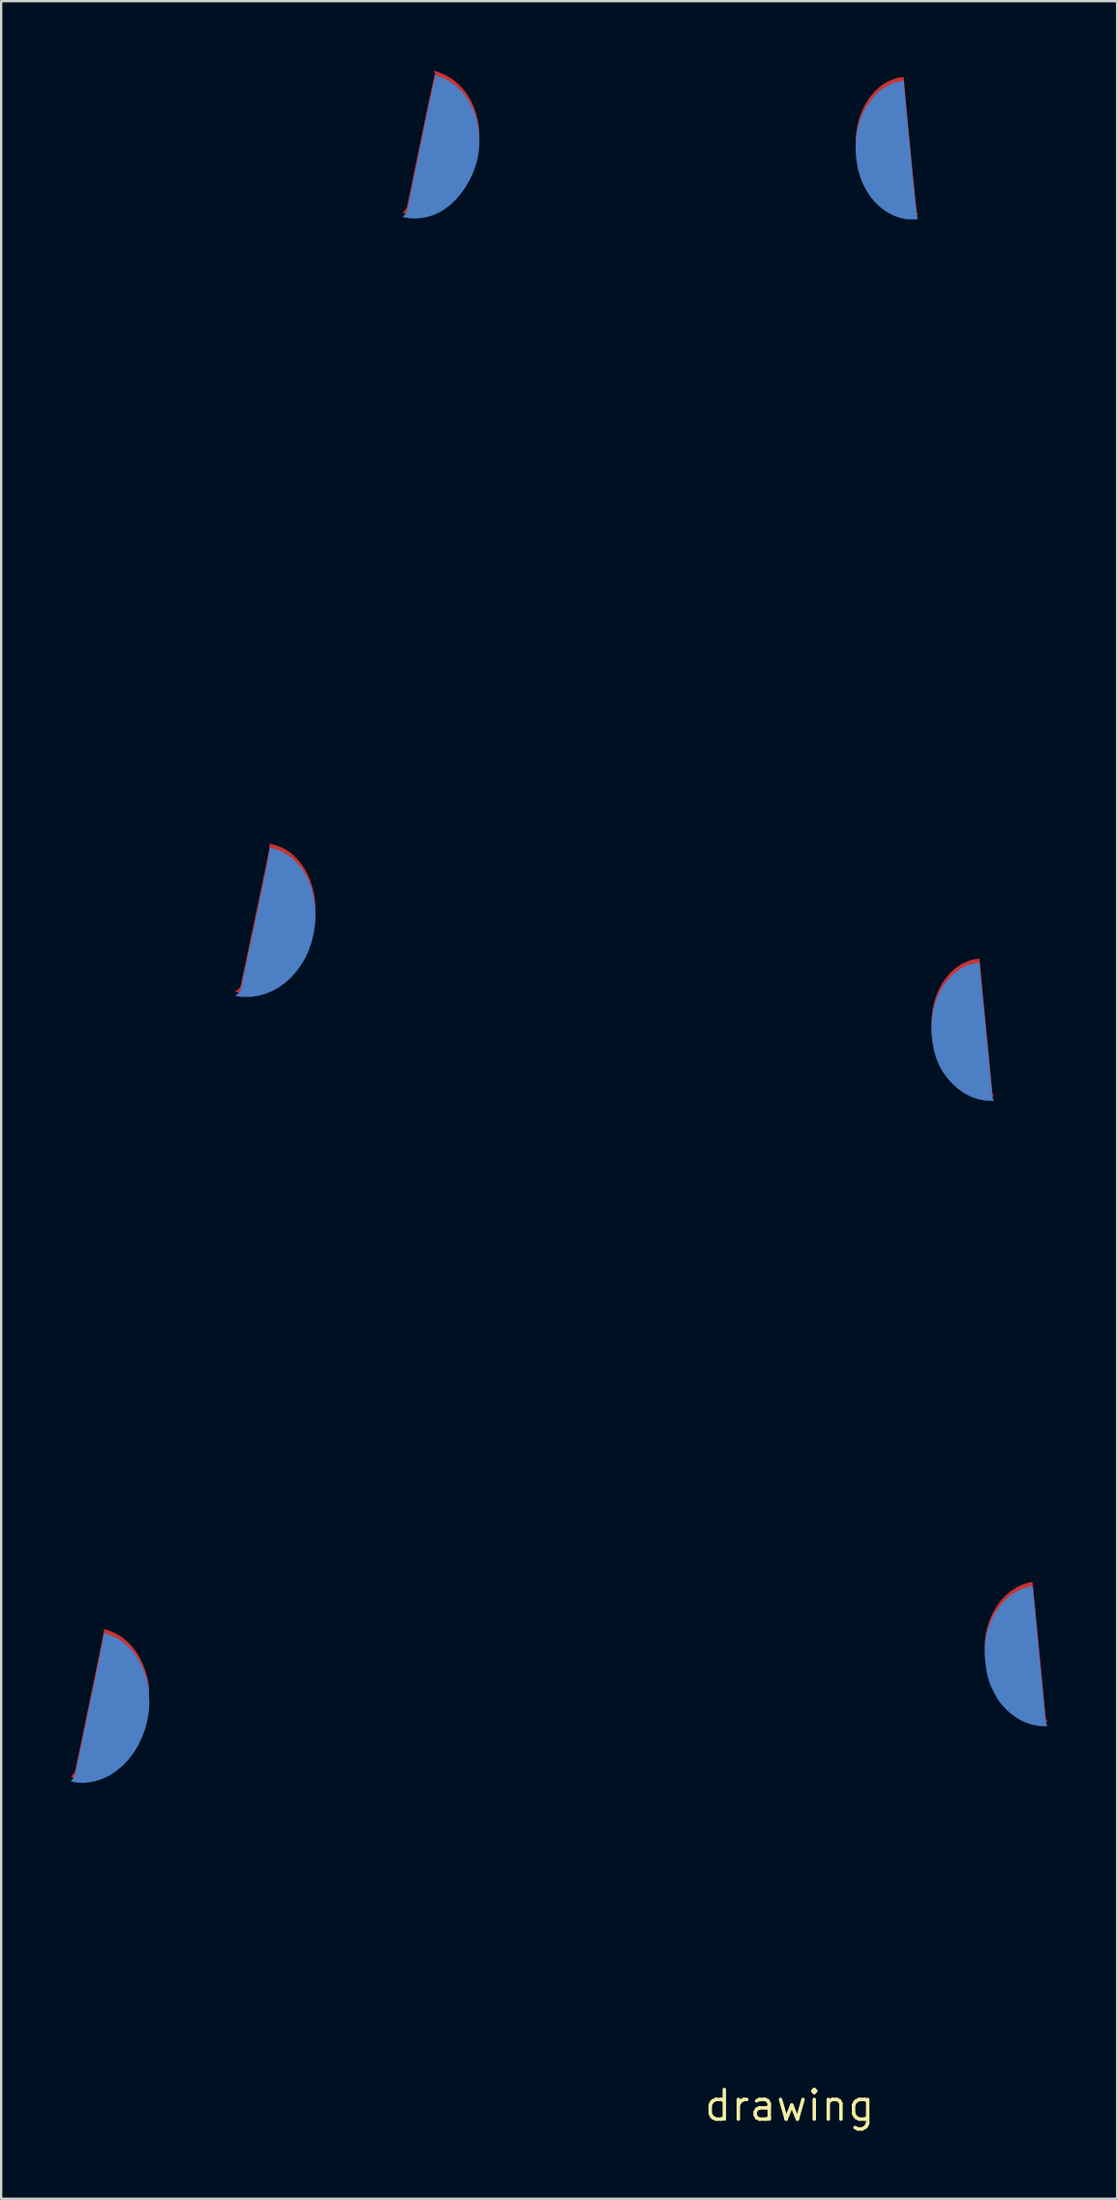
<source format=kicad_pcb>
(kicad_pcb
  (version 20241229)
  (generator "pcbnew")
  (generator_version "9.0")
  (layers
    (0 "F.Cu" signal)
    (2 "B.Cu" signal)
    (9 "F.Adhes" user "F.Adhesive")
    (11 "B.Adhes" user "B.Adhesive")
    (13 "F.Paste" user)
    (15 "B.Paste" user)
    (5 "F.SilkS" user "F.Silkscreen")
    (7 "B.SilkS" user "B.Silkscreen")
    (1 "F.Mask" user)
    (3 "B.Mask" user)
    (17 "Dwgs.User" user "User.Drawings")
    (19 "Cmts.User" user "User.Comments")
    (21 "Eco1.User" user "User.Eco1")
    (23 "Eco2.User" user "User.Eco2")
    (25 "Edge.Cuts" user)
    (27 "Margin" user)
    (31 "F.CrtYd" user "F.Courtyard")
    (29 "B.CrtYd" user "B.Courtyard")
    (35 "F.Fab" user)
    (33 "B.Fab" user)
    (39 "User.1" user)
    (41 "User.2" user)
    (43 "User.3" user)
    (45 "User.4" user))
  (footprint "drawing"
    (layer "F.Cu")
    (at 30.929 87.523)
    (property "Reference" "drawing" (at 0 0 0) (layer "F.SilkS") (effects (font (size 1.27 1.27) (thickness 0.15))))
    (attr through_hole)
    (fp_poly (pts (xy 10.443 -22.52) (xy 10.446 -22.498) (xy 10.452 -22.437) (xy 10.462 -22.34) (xy 10.475 -22.209) (xy 10.491 -22.047) (xy 10.51 -21.858) (xy 10.531 -21.642) (xy 10.555 -21.405) (xy 10.58 -21.148) (xy 10.606 -20.874) (xy 10.634 -20.586) (xy 10.664 -20.286) (xy 10.693 -19.979) (xy 10.724 -19.666) (xy 10.754 -19.35) (xy 10.785 -19.034) (xy 10.815 -18.721) (xy 10.844 -18.414) (xy 10.873 -18.115) (xy 10.901 -17.828) (xy 10.927 -17.555) (xy 10.951 -17.298) (xy 10.974 -17.062) (xy 10.994 -16.848) (xy 10.999 -16.79) (xy 11.012 -16.705) (xy 11.033 -16.626) (xy 11.049 -16.584) (xy 11.087 -16.51) (xy 10.883 -16.512) (xy 10.773 -16.516) (xy 10.661 -16.525) (xy 10.565 -16.537) (xy 10.541 -16.542) (xy 10.256 -16.62) (xy 9.981 -16.738) (xy 9.718 -16.892) (xy 9.471 -17.08) (xy 9.243 -17.3) (xy 9.038 -17.548) (xy 8.858 -17.822) (xy 8.753 -18.021) (xy 8.639 -18.281) (xy 8.55 -18.546) (xy 8.485 -18.823) (xy 8.44 -19.122) (xy 8.414 -19.448) (xy 8.41 -19.558) (xy 8.406 -19.768) (xy 8.409 -19.948) (xy 8.42 -20.108) (xy 8.441 -20.262) (xy 8.473 -20.419) (xy 8.509 -20.566) (xy 8.611 -20.884) (xy 8.743 -21.182) (xy 8.901 -21.458) (xy 9.084 -21.709) (xy 9.289 -21.932) (xy 9.514 -22.124) (xy 9.756 -22.283) (xy 10.012 -22.406) (xy 10.259 -22.485) (xy 10.339 -22.503) (xy 10.402 -22.516) (xy 10.438 -22.52) (xy 10.443 -22.52)) (stroke (width 0.01) (type solid)) (fill yes) (layer "F.Cu"))
    (fp_poly (pts (xy 4.886 -87.246) (xy 4.906 -87.228) (xy 4.91 -87.184) (xy 4.91 -87.17) (xy 4.912 -87.139) (xy 4.918 -87.069) (xy 4.927 -86.962) (xy 4.94 -86.82) (xy 4.956 -86.647) (xy 4.974 -86.444) (xy 4.996 -86.214) (xy 5.019 -85.96) (xy 5.045 -85.684) (xy 5.073 -85.388) (xy 5.102 -85.076) (xy 5.133 -84.75) (xy 5.166 -84.412) (xy 5.177 -84.296) (xy 5.218 -83.868) (xy 5.255 -83.481) (xy 5.289 -83.133) (xy 5.319 -82.822) (xy 5.347 -82.547) (xy 5.371 -82.306) (xy 5.393 -82.098) (xy 5.412 -81.922) (xy 5.428 -81.775) (xy 5.442 -81.655) (xy 5.454 -81.563) (xy 5.464 -81.495) (xy 5.472 -81.451) (xy 5.478 -81.428) (xy 5.478 -81.428) (xy 5.503 -81.376) (xy 5.519 -81.342) (xy 5.52 -81.338) (xy 5.505 -81.331) (xy 5.455 -81.326) (xy 5.38 -81.324) (xy 5.288 -81.324) (xy 5.187 -81.327) (xy 5.086 -81.331) (xy 4.992 -81.337) (xy 4.915 -81.345) (xy 4.868 -81.353) (xy 4.583 -81.437) (xy 4.31 -81.561) (xy 4.052 -81.722) (xy 3.813 -81.917) (xy 3.594 -82.144) (xy 3.4 -82.401) (xy 3.276 -82.606) (xy 3.153 -82.85) (xy 3.053 -83.097) (xy 2.974 -83.354) (xy 2.915 -83.631) (xy 2.872 -83.936) (xy 2.856 -84.106) (xy 2.843 -84.465) (xy 2.864 -84.818) (xy 2.919 -85.162) (xy 3.005 -85.492) (xy 3.121 -85.805) (xy 3.265 -86.097) (xy 3.437 -86.366) (xy 3.635 -86.608) (xy 3.858 -86.82) (xy 3.988 -86.92) (xy 4.122 -87.005) (xy 4.273 -87.084) (xy 4.431 -87.151) (xy 4.586 -87.204) (xy 4.727 -87.238) (xy 4.84 -87.249) (xy 4.886 -87.246)) (stroke (width 0.01) (type solid)) (fill yes) (layer "F.Cu"))
    (fp_poly (pts (xy 8.162 -49.325) (xy 8.169 -49.302) (xy 8.17 -49.266) (xy 8.17 -49.258) (xy 8.172 -49.227) (xy 8.178 -49.157) (xy 8.188 -49.05) (xy 8.201 -48.908) (xy 8.217 -48.735) (xy 8.237 -48.532) (xy 8.258 -48.303) (xy 8.283 -48.05) (xy 8.309 -47.776) (xy 8.338 -47.483) (xy 8.368 -47.173) (xy 8.4 -46.851) (xy 8.432 -46.517) (xy 8.435 -46.491) (xy 8.468 -46.156) (xy 8.5 -45.831) (xy 8.53 -45.52) (xy 8.559 -45.224) (xy 8.585 -44.946) (xy 8.61 -44.69) (xy 8.632 -44.456) (xy 8.651 -44.249) (xy 8.668 -44.071) (xy 8.681 -43.925) (xy 8.691 -43.812) (xy 8.698 -43.736) (xy 8.7 -43.7) (xy 8.7 -43.699) (xy 8.709 -43.613) (xy 8.732 -43.526) (xy 8.741 -43.503) (xy 8.765 -43.448) (xy 8.771 -43.422) (xy 8.759 -43.414) (xy 8.743 -43.413) (xy 8.693 -43.409) (xy 8.675 -43.405) (xy 8.642 -43.404) (xy 8.579 -43.406) (xy 8.496 -43.411) (xy 8.456 -43.414) (xy 8.167 -43.46) (xy 7.887 -43.546) (xy 7.617 -43.67) (xy 7.36 -43.829) (xy 7.12 -44.021) (xy 6.898 -44.245) (xy 6.697 -44.497) (xy 6.52 -44.777) (xy 6.37 -45.081) (xy 6.331 -45.175) (xy 6.239 -45.455) (xy 6.17 -45.761) (xy 6.127 -46.085) (xy 6.109 -46.418) (xy 6.116 -46.753) (xy 6.148 -47.079) (xy 6.205 -47.39) (xy 6.275 -47.636) (xy 6.397 -47.948) (xy 6.548 -48.238) (xy 6.725 -48.5) (xy 6.923 -48.73) (xy 6.941 -48.748) (xy 7.159 -48.938) (xy 7.392 -49.094) (xy 7.636 -49.212) (xy 7.888 -49.291) (xy 7.924 -49.299) (xy 8.028 -49.32) (xy 8.098 -49.333) (xy 8.14 -49.334) (xy 8.162 -49.325)) (stroke (width 0.01) (type solid)) (fill yes) (layer "F.Cu"))
    (fp_poly (pts (xy -22.294 -54.262) (xy -22.236 -54.248) (xy -22.154 -54.224) (xy -22.063 -54.196) (xy -22.043 -54.189) (xy -21.783 -54.078) (xy -21.54 -53.93) (xy -21.316 -53.747) (xy -21.112 -53.532) (xy -20.931 -53.285) (xy -20.773 -53.011) (xy -20.64 -52.71) (xy -20.535 -52.385) (xy -20.464 -52.072) (xy -20.44 -51.901) (xy -20.425 -51.701) (xy -20.417 -51.482) (xy -20.417 -51.259) (xy -20.426 -51.042) (xy -20.443 -50.844) (xy -20.464 -50.694) (xy -20.557 -50.289) (xy -20.683 -49.909) (xy -20.842 -49.556) (xy -21.034 -49.229) (xy -21.26 -48.927) (xy -21.442 -48.727) (xy -21.7 -48.491) (xy -21.975 -48.291) (xy -22.263 -48.128) (xy -22.563 -48.004) (xy -22.87 -47.921) (xy -22.871 -47.921) (xy -22.97 -47.904) (xy -23.082 -47.888) (xy -23.195 -47.876) (xy -23.301 -47.868) (xy -23.387 -47.865) (xy -23.445 -47.867) (xy -23.453 -47.869) (xy -23.487 -47.874) (xy -23.552 -47.881) (xy -23.636 -47.888) (xy -23.67 -47.89) (xy -23.752 -47.898) (xy -23.816 -47.907) (xy -23.851 -47.915) (xy -23.855 -47.918) (xy -23.838 -47.937) (xy -23.796 -47.964) (xy -23.779 -47.974) (xy -23.696 -48.034) (xy -23.64 -48.117) (xy -23.603 -48.23) (xy -23.599 -48.253) (xy -23.592 -48.289) (xy -23.576 -48.363) (xy -23.553 -48.473) (xy -23.523 -48.618) (xy -23.486 -48.794) (xy -23.443 -48.998) (xy -23.394 -49.23) (xy -23.34 -49.485) (xy -23.282 -49.761) (xy -23.22 -50.056) (xy -23.154 -50.367) (xy -23.085 -50.693) (xy -23.013 -51.029) (xy -22.975 -51.212) (xy -22.891 -51.607) (xy -22.813 -51.979) (xy -22.739 -52.328) (xy -22.672 -52.653) (xy -22.61 -52.95) (xy -22.555 -53.219) (xy -22.506 -53.458) (xy -22.465 -53.665) (xy -22.43 -53.839) (xy -22.404 -53.978) (xy -22.385 -54.079) (xy -22.375 -54.142) (xy -22.373 -54.162) (xy -22.373 -54.276) (xy -22.294 -54.262)) (stroke (width 0.01) (type solid)) (fill yes) (layer "F.Cu"))
    (fp_poly (pts (xy -15.273 -87.516) (xy -15.22 -87.502) (xy -15.148 -87.48) (xy -15.121 -87.471) (xy -14.833 -87.353) (xy -14.566 -87.199) (xy -14.321 -87.011) (xy -14.1 -86.792) (xy -13.904 -86.543) (xy -13.735 -86.268) (xy -13.594 -85.967) (xy -13.484 -85.644) (xy -13.405 -85.299) (xy -13.376 -85.104) (xy -13.365 -84.97) (xy -13.36 -84.807) (xy -13.361 -84.628) (xy -13.367 -84.445) (xy -13.378 -84.27) (xy -13.394 -84.117) (xy -13.407 -84.032) (xy -13.458 -83.815) (xy -13.533 -83.578) (xy -13.627 -83.333) (xy -13.735 -83.091) (xy -13.852 -82.863) (xy -13.961 -82.683) (xy -14.173 -82.388) (xy -14.404 -82.128) (xy -14.651 -81.902) (xy -14.913 -81.714) (xy -15.187 -81.564) (xy -15.416 -81.472) (xy -15.594 -81.421) (xy -15.787 -81.384) (xy -15.979 -81.361) (xy -16.154 -81.356) (xy -16.203 -81.358) (xy -16.289 -81.365) (xy -16.382 -81.376) (xy -16.472 -81.389) (xy -16.551 -81.403) (xy -16.609 -81.415) (xy -16.636 -81.425) (xy -16.637 -81.426) (xy -16.623 -81.448) (xy -16.588 -81.488) (xy -16.563 -81.512) (xy -16.514 -81.57) (xy -16.477 -81.63) (xy -16.469 -81.649) (xy -16.463 -81.677) (xy -16.448 -81.745) (xy -16.426 -81.848) (xy -16.397 -81.986) (xy -16.361 -82.156) (xy -16.32 -82.354) (xy -16.273 -82.579) (xy -16.222 -82.828) (xy -16.166 -83.098) (xy -16.106 -83.388) (xy -16.043 -83.694) (xy -15.977 -84.014) (xy -15.909 -84.346) (xy -15.886 -84.455) (xy -15.797 -84.891) (xy -15.715 -85.286) (xy -15.641 -85.643) (xy -15.575 -85.961) (xy -15.516 -86.242) (xy -15.464 -86.487) (xy -15.418 -86.697) (xy -15.38 -86.873) (xy -15.347 -87.017) (xy -15.321 -87.13) (xy -15.3 -87.212) (xy -15.285 -87.264) (xy -15.277 -87.287) (xy -15.249 -87.343) (xy -15.241 -87.379) (xy -15.251 -87.413) (xy -15.267 -87.443) (xy -15.29 -87.489) (xy -15.297 -87.516) (xy -15.296 -87.518) (xy -15.273 -87.516)) (stroke (width 0.01) (type solid)) (fill yes) (layer "F.Cu"))
    (fp_poly (pts (xy -29.424 -20.478) (xy -29.351 -20.455) (xy -29.272 -20.426) (xy -28.991 -20.302) (xy -28.73 -20.141) (xy -28.491 -19.946) (xy -28.275 -19.717) (xy -28.084 -19.458) (xy -27.918 -19.169) (xy -27.779 -18.852) (xy -27.668 -18.509) (xy -27.619 -18.309) (xy -27.603 -18.232) (xy -27.591 -18.161) (xy -27.583 -18.087) (xy -27.577 -18.004) (xy -27.573 -17.902) (xy -27.571 -17.775) (xy -27.571 -17.615) (xy -27.571 -17.579) (xy -27.571 -17.415) (xy -27.572 -17.285) (xy -27.575 -17.182) (xy -27.58 -17.096) (xy -27.588 -17.02) (xy -27.599 -16.946) (xy -27.615 -16.866) (xy -27.629 -16.796) (xy -27.731 -16.401) (xy -27.862 -16.035) (xy -28.023 -15.697) (xy -28.215 -15.383) (xy -28.44 -15.09) (xy -28.627 -14.889) (xy -28.873 -14.662) (xy -29.121 -14.475) (xy -29.375 -14.325) (xy -29.64 -14.21) (xy -29.92 -14.127) (xy -29.998 -14.109) (xy -30.097 -14.095) (xy -30.224 -14.085) (xy -30.366 -14.079) (xy -30.51 -14.078) (xy -30.643 -14.083) (xy -30.754 -14.092) (xy -30.796 -14.099) (xy -30.857 -14.111) (xy -30.899 -14.121) (xy -30.908 -14.123) (xy -30.904 -14.141) (xy -30.879 -14.181) (xy -30.84 -14.232) (xy -30.793 -14.294) (xy -30.758 -14.349) (xy -30.745 -14.38) (xy -30.714 -14.523) (xy -30.678 -14.695) (xy -30.635 -14.894) (xy -30.589 -15.117) (xy -30.538 -15.361) (xy -30.483 -15.624) (xy -30.425 -15.902) (xy -30.365 -16.192) (xy -30.302 -16.493) (xy -30.239 -16.8) (xy -30.174 -17.112) (xy -30.11 -17.425) (xy -30.046 -17.737) (xy -29.982 -18.045) (xy -29.921 -18.346) (xy -29.861 -18.637) (xy -29.804 -18.916) (xy -29.75 -19.18) (xy -29.7 -19.425) (xy -29.655 -19.649) (xy -29.614 -19.85) (xy -29.579 -20.024) (xy -29.551 -20.169) (xy -29.529 -20.282) (xy -29.514 -20.36) (xy -29.507 -20.4) (xy -29.506 -20.405) (xy -29.505 -20.449) (xy -29.495 -20.476) (xy -29.47 -20.486) (xy -29.424 -20.478)) (stroke (width 0.01) (type solid)) (fill yes) (layer "F.Cu"))
    (fp_poly (pts (xy 4.911 -86.982) (xy 4.913 -86.948) (xy 4.919 -86.875) (xy 4.929 -86.765) (xy 4.942 -86.621) (xy 4.958 -86.445) (xy 4.977 -86.239) (xy 4.998 -86.007) (xy 5.023 -85.75) (xy 5.049 -85.472) (xy 5.077 -85.175) (xy 5.107 -84.861) (xy 5.139 -84.533) (xy 5.171 -84.194) (xy 5.184 -84.068) (xy 5.223 -83.661) (xy 5.259 -83.294) (xy 5.291 -82.965) (xy 5.32 -82.673) (xy 5.346 -82.414) (xy 5.368 -82.187) (xy 5.389 -81.99) (xy 5.406 -81.821) (xy 5.422 -81.678) (xy 5.436 -81.558) (xy 5.447 -81.46) (xy 5.458 -81.382) (xy 5.467 -81.322) (xy 5.475 -81.277) (xy 5.481 -81.246) (xy 5.488 -81.226) (xy 5.494 -81.216) (xy 5.517 -81.181) (xy 5.518 -81.161) (xy 5.489 -81.152) (xy 5.428 -81.146) (xy 5.344 -81.142) (xy 5.249 -81.141) (xy 5.151 -81.142) (xy 5.061 -81.146) (xy 4.99 -81.153) (xy 4.985 -81.154) (xy 4.703 -81.219) (xy 4.433 -81.322) (xy 4.177 -81.462) (xy 3.936 -81.635) (xy 3.714 -81.84) (xy 3.512 -82.073) (xy 3.333 -82.333) (xy 3.18 -82.617) (xy 3.054 -82.922) (xy 2.957 -83.246) (xy 2.923 -83.403) (xy 2.864 -83.8) (xy 2.842 -84.19) (xy 2.857 -84.57) (xy 2.908 -84.938) (xy 2.994 -85.289) (xy 3.116 -85.62) (xy 3.18 -85.757) (xy 3.333 -86.029) (xy 3.509 -86.275) (xy 3.703 -86.493) (xy 3.913 -86.681) (xy 4.136 -86.835) (xy 4.369 -86.954) (xy 4.609 -87.035) (xy 4.79 -87.069) (xy 4.911 -87.085) (xy 4.911 -86.982)) (stroke (width 0.01) (type solid)) (fill yes) (layer "F.Mask"))
    (fp_poly (pts (xy -22.327 -54.096) (xy -22.269 -54.082) (xy -22.191 -54.06) (xy -22.152 -54.049) (xy -21.881 -53.948) (xy -21.626 -53.81) (xy -21.39 -53.636) (xy -21.175 -53.427) (xy -20.982 -53.185) (xy -20.813 -52.913) (xy -20.677 -52.63) (xy -20.557 -52.288) (xy -20.472 -51.929) (xy -20.423 -51.558) (xy -20.409 -51.181) (xy -20.429 -50.802) (xy -20.484 -50.426) (xy -20.573 -50.058) (xy -20.694 -49.703) (xy -20.849 -49.366) (xy -21.01 -49.091) (xy -21.225 -48.793) (xy -21.461 -48.529) (xy -21.715 -48.299) (xy -21.986 -48.105) (xy -22.271 -47.946) (xy -22.568 -47.825) (xy -22.876 -47.743) (xy -23.191 -47.7) (xy -23.513 -47.697) (xy -23.707 -47.715) (xy -23.786 -47.726) (xy -23.83 -47.735) (xy -23.843 -47.744) (xy -23.832 -47.757) (xy -23.812 -47.77) (xy -23.74 -47.825) (xy -23.676 -47.888) (xy -23.631 -47.949) (xy -23.615 -47.987) (xy -23.609 -48.013) (xy -23.595 -48.079) (xy -23.574 -48.181) (xy -23.545 -48.317) (xy -23.51 -48.485) (xy -23.468 -48.683) (xy -23.421 -48.908) (xy -23.368 -49.157) (xy -23.311 -49.429) (xy -23.25 -49.721) (xy -23.184 -50.03) (xy -23.116 -50.354) (xy -23.045 -50.691) (xy -22.988 -50.959) (xy -22.906 -51.352) (xy -22.828 -51.724) (xy -22.754 -52.075) (xy -22.686 -52.403) (xy -22.624 -52.705) (xy -22.568 -52.979) (xy -22.518 -53.225) (xy -22.475 -53.44) (xy -22.439 -53.622) (xy -22.41 -53.771) (xy -22.389 -53.883) (xy -22.377 -53.957) (xy -22.373 -53.991) (xy -22.37 -54.053) (xy -22.362 -54.093) (xy -22.354 -54.102) (xy -22.327 -54.096)) (stroke (width 0.01) (type solid)) (fill yes) (layer "F.Mask"))
    (fp_poly (pts (xy 8.148 -49.145) (xy 8.167 -49.125) (xy 8.17 -49.076) (xy 8.17 -49.076) (xy 8.172 -49.046) (xy 8.178 -48.977) (xy 8.188 -48.87) (xy 8.201 -48.73) (xy 8.217 -48.558) (xy 8.236 -48.357) (xy 8.258 -48.129) (xy 8.282 -47.879) (xy 8.309 -47.607) (xy 8.337 -47.316) (xy 8.367 -47.01) (xy 8.398 -46.691) (xy 8.425 -46.414) (xy 8.458 -46.083) (xy 8.49 -45.759) (xy 8.52 -45.447) (xy 8.549 -45.15) (xy 8.576 -44.869) (xy 8.602 -44.608) (xy 8.625 -44.37) (xy 8.645 -44.158) (xy 8.662 -43.974) (xy 8.677 -43.821) (xy 8.688 -43.703) (xy 8.695 -43.622) (xy 8.698 -43.587) (xy 8.712 -43.45) (xy 8.729 -43.353) (xy 8.75 -43.297) (xy 8.75 -43.297) (xy 8.775 -43.256) (xy 8.784 -43.234) (xy 8.765 -43.228) (xy 8.713 -43.225) (xy 8.639 -43.225) (xy 8.552 -43.228) (xy 8.463 -43.234) (xy 8.381 -43.242) (xy 8.352 -43.246) (xy 8.056 -43.31) (xy 7.773 -43.415) (xy 7.501 -43.56) (xy 7.242 -43.746) (xy 7.006 -43.96) (xy 6.785 -44.207) (xy 6.597 -44.465) (xy 6.442 -44.74) (xy 6.318 -45.033) (xy 6.224 -45.35) (xy 6.157 -45.694) (xy 6.117 -46.057) (xy 6.106 -46.435) (xy 6.131 -46.802) (xy 6.19 -47.154) (xy 6.284 -47.489) (xy 6.41 -47.804) (xy 6.567 -48.097) (xy 6.756 -48.364) (xy 6.938 -48.567) (xy 7.089 -48.704) (xy 7.257 -48.831) (xy 7.428 -48.94) (xy 7.567 -49.011) (xy 7.661 -49.047) (xy 7.773 -49.083) (xy 7.89 -49.114) (xy 7.997 -49.137) (xy 8.082 -49.148) (xy 8.102 -49.149) (xy 8.148 -49.145)) (stroke (width 0.01) (type solid)) (fill yes) (layer "F.Mask"))
    (fp_poly (pts (xy -15.241 -87.333) (xy -15.194 -87.32) (xy -14.908 -87.215) (xy -14.64 -87.072) (xy -14.39 -86.894) (xy -14.162 -86.683) (xy -13.958 -86.441) (xy -13.779 -86.172) (xy -13.629 -85.877) (xy -13.539 -85.646) (xy -13.449 -85.332) (xy -13.389 -85) (xy -13.36 -84.657) (xy -13.36 -84.313) (xy -13.391 -83.977) (xy -13.453 -83.658) (xy -13.484 -83.547) (xy -13.605 -83.199) (xy -13.756 -82.866) (xy -13.934 -82.553) (xy -14.136 -82.263) (xy -14.36 -82) (xy -14.602 -81.768) (xy -14.86 -81.57) (xy -15.041 -81.458) (xy -15.272 -81.348) (xy -15.522 -81.264) (xy -15.782 -81.208) (xy -16.041 -81.181) (xy -16.29 -81.185) (xy -16.378 -81.196) (xy -16.459 -81.208) (xy -16.536 -81.221) (xy -16.563 -81.226) (xy -16.637 -81.239) (xy -16.552 -81.346) (xy -16.506 -81.41) (xy -16.471 -81.466) (xy -16.457 -81.499) (xy -16.452 -81.525) (xy -16.439 -81.59) (xy -16.418 -81.691) (xy -16.39 -81.827) (xy -16.355 -81.994) (xy -16.315 -82.19) (xy -16.269 -82.413) (xy -16.219 -82.661) (xy -16.163 -82.929) (xy -16.104 -83.218) (xy -16.042 -83.522) (xy -15.976 -83.842) (xy -15.908 -84.173) (xy -15.885 -84.286) (xy -15.793 -84.735) (xy -15.709 -85.143) (xy -15.632 -85.511) (xy -15.564 -85.84) (xy -15.503 -86.129) (xy -15.449 -86.38) (xy -15.403 -86.593) (xy -15.364 -86.769) (xy -15.332 -86.909) (xy -15.307 -87.013) (xy -15.289 -87.081) (xy -15.278 -87.115) (xy -15.277 -87.115) (xy -15.251 -87.173) (xy -15.244 -87.212) (xy -15.255 -87.25) (xy -15.262 -87.263) (xy -15.285 -87.31) (xy -15.299 -87.338) (xy -15.299 -87.338) (xy -15.285 -87.341) (xy -15.241 -87.333)) (stroke (width 0.01) (type solid)) (fill yes) (layer "F.Mask"))
    (fp_poly (pts (xy 10.455 -22.326) (xy 10.456 -22.308) (xy 10.458 -22.281) (xy 10.464 -22.215) (xy 10.474 -22.112) (xy 10.486 -21.975) (xy 10.502 -21.806) (xy 10.521 -21.608) (xy 10.543 -21.383) (xy 10.566 -21.134) (xy 10.592 -20.863) (xy 10.62 -20.574) (xy 10.65 -20.268) (xy 10.68 -19.949) (xy 10.711 -19.635) (xy 10.743 -19.3) (xy 10.775 -18.973) (xy 10.805 -18.658) (xy 10.834 -18.356) (xy 10.862 -18.071) (xy 10.887 -17.805) (xy 10.91 -17.562) (xy 10.931 -17.345) (xy 10.949 -17.155) (xy 10.964 -16.997) (xy 10.975 -16.873) (xy 10.983 -16.785) (xy 10.987 -16.743) (xy 11 -16.609) (xy 11.015 -16.512) (xy 11.033 -16.444) (xy 11.048 -16.411) (xy 11.071 -16.365) (xy 11.077 -16.335) (xy 11.075 -16.332) (xy 11.046 -16.325) (xy 10.984 -16.322) (xy 10.898 -16.324) (xy 10.797 -16.331) (xy 10.692 -16.342) (xy 10.679 -16.344) (xy 10.396 -16.401) (xy 10.119 -16.497) (xy 9.851 -16.632) (xy 9.596 -16.803) (xy 9.356 -17.007) (xy 9.137 -17.242) (xy 9.046 -17.357) (xy 8.965 -17.475) (xy 8.878 -17.621) (xy 8.79 -17.784) (xy 8.708 -17.95) (xy 8.638 -18.109) (xy 8.586 -18.248) (xy 8.586 -18.25) (xy 8.52 -18.486) (xy 8.468 -18.75) (xy 8.43 -19.03) (xy 8.407 -19.314) (xy 8.4 -19.59) (xy 8.41 -19.847) (xy 8.426 -19.994) (xy 8.492 -20.334) (xy 8.595 -20.664) (xy 8.73 -20.978) (xy 8.897 -21.272) (xy 9.091 -21.54) (xy 9.275 -21.742) (xy 9.489 -21.93) (xy 9.715 -22.083) (xy 9.961 -22.205) (xy 10.232 -22.298) (xy 10.398 -22.34) (xy 10.44 -22.344) (xy 10.455 -22.326)) (stroke (width 0.01) (type solid)) (fill yes) (layer "F.Mask"))
    (fp_poly (pts (xy -29.462 -20.314) (xy -29.406 -20.297) (xy -29.333 -20.273) (xy -29.325 -20.27) (xy -29.041 -20.151) (xy -28.776 -19.996) (xy -28.533 -19.807) (xy -28.313 -19.585) (xy -28.117 -19.332) (xy -27.947 -19.051) (xy -27.804 -18.743) (xy -27.69 -18.409) (xy -27.621 -18.129) (xy -27.596 -17.973) (xy -27.577 -17.787) (xy -27.566 -17.584) (xy -27.562 -17.374) (xy -27.565 -17.172) (xy -27.576 -16.987) (xy -27.589 -16.87) (xy -27.664 -16.48) (xy -27.771 -16.107) (xy -27.91 -15.754) (xy -28.078 -15.423) (xy -28.274 -15.117) (xy -28.496 -14.838) (xy -28.743 -14.589) (xy -29.013 -14.372) (xy -29.304 -14.19) (xy -29.39 -14.145) (xy -29.637 -14.038) (xy -29.895 -13.958) (xy -30.154 -13.908) (xy -30.405 -13.888) (xy -30.639 -13.9) (xy -30.697 -13.909) (xy -30.774 -13.922) (xy -30.813 -13.93) (xy -30.924 -13.952) (xy -30.841 -14.051) (xy -30.814 -14.083) (xy -30.793 -14.114) (xy -30.775 -14.148) (xy -30.758 -14.193) (xy -30.74 -14.254) (xy -30.72 -14.336) (xy -30.696 -14.445) (xy -30.666 -14.588) (xy -30.652 -14.658) (xy -30.634 -14.746) (xy -30.607 -14.871) (xy -30.574 -15.032) (xy -30.534 -15.224) (xy -30.488 -15.445) (xy -30.437 -15.69) (xy -30.381 -15.958) (xy -30.321 -16.244) (xy -30.258 -16.545) (xy -30.193 -16.859) (xy -30.125 -17.181) (xy -30.057 -17.509) (xy -30.027 -17.654) (xy -29.96 -17.973) (xy -29.896 -18.282) (xy -29.835 -18.578) (xy -29.777 -18.858) (xy -29.724 -19.12) (xy -29.675 -19.36) (xy -29.631 -19.577) (xy -29.593 -19.768) (xy -29.561 -19.93) (xy -29.536 -20.059) (xy -29.518 -20.155) (xy -29.508 -20.214) (xy -29.506 -20.231) (xy -29.503 -20.286) (xy -29.493 -20.317) (xy -29.489 -20.32) (xy -29.462 -20.314)) (stroke (width 0.01) (type solid)) (fill yes) (layer "F.Mask"))
    (fp_poly (pts (xy 4.911 -86.982) (xy 4.913 -86.948) (xy 4.919 -86.875) (xy 4.929 -86.765) (xy 4.942 -86.621) (xy 4.958 -86.445) (xy 4.977 -86.239) (xy 4.998 -86.007) (xy 5.023 -85.75) (xy 5.049 -85.472) (xy 5.077 -85.175) (xy 5.107 -84.861) (xy 5.139 -84.533) (xy 5.171 -84.194) (xy 5.184 -84.068) (xy 5.223 -83.661) (xy 5.259 -83.294) (xy 5.291 -82.965) (xy 5.32 -82.673) (xy 5.346 -82.414) (xy 5.368 -82.187) (xy 5.389 -81.99) (xy 5.406 -81.821) (xy 5.422 -81.678) (xy 5.436 -81.558) (xy 5.447 -81.46) (xy 5.458 -81.382) (xy 5.467 -81.322) (xy 5.475 -81.277) (xy 5.481 -81.246) (xy 5.488 -81.226) (xy 5.494 -81.216) (xy 5.517 -81.181) (xy 5.518 -81.161) (xy 5.489 -81.152) (xy 5.428 -81.146) (xy 5.344 -81.142) (xy 5.249 -81.141) (xy 5.151 -81.142) (xy 5.061 -81.146) (xy 4.99 -81.153) (xy 4.985 -81.154) (xy 4.703 -81.219) (xy 4.433 -81.322) (xy 4.177 -81.462) (xy 3.936 -81.635) (xy 3.714 -81.84) (xy 3.512 -82.073) (xy 3.333 -82.333) (xy 3.18 -82.617) (xy 3.054 -82.922) (xy 2.957 -83.246) (xy 2.923 -83.403) (xy 2.864 -83.8) (xy 2.842 -84.19) (xy 2.857 -84.57) (xy 2.908 -84.938) (xy 2.994 -85.289) (xy 3.116 -85.62) (xy 3.18 -85.757) (xy 3.333 -86.029) (xy 3.509 -86.275) (xy 3.703 -86.493) (xy 3.913 -86.681) (xy 4.136 -86.835) (xy 4.369 -86.954) (xy 4.609 -87.035) (xy 4.79 -87.069) (xy 4.911 -87.085) (xy 4.911 -86.982)) (stroke (width 0.01) (type solid)) (fill yes) (layer "B.Cu"))
    (fp_poly (pts (xy -22.327 -54.096) (xy -22.269 -54.082) (xy -22.191 -54.06) (xy -22.152 -54.049) (xy -21.881 -53.948) (xy -21.626 -53.81) (xy -21.39 -53.636) (xy -21.175 -53.427) (xy -20.982 -53.185) (xy -20.813 -52.913) (xy -20.677 -52.63) (xy -20.557 -52.288) (xy -20.472 -51.929) (xy -20.423 -51.558) (xy -20.409 -51.181) (xy -20.429 -50.802) (xy -20.484 -50.426) (xy -20.573 -50.058) (xy -20.694 -49.703) (xy -20.849 -49.366) (xy -21.01 -49.091) (xy -21.225 -48.793) (xy -21.461 -48.529) (xy -21.715 -48.299) (xy -21.986 -48.105) (xy -22.271 -47.946) (xy -22.568 -47.825) (xy -22.876 -47.743) (xy -23.191 -47.7) (xy -23.513 -47.697) (xy -23.707 -47.715) (xy -23.786 -47.726) (xy -23.83 -47.735) (xy -23.843 -47.744) (xy -23.832 -47.757) (xy -23.812 -47.77) (xy -23.74 -47.825) (xy -23.676 -47.888) (xy -23.631 -47.949) (xy -23.615 -47.987) (xy -23.609 -48.013) (xy -23.595 -48.079) (xy -23.574 -48.181) (xy -23.545 -48.317) (xy -23.51 -48.485) (xy -23.468 -48.683) (xy -23.421 -48.908) (xy -23.368 -49.157) (xy -23.311 -49.429) (xy -23.25 -49.721) (xy -23.184 -50.03) (xy -23.116 -50.354) (xy -23.045 -50.691) (xy -22.988 -50.959) (xy -22.906 -51.352) (xy -22.828 -51.724) (xy -22.754 -52.075) (xy -22.686 -52.403) (xy -22.624 -52.705) (xy -22.568 -52.979) (xy -22.518 -53.225) (xy -22.475 -53.44) (xy -22.439 -53.622) (xy -22.41 -53.771) (xy -22.389 -53.883) (xy -22.377 -53.957) (xy -22.373 -53.991) (xy -22.37 -54.053) (xy -22.362 -54.093) (xy -22.354 -54.102) (xy -22.327 -54.096)) (stroke (width 0.01) (type solid)) (fill yes) (layer "B.Cu"))
    (fp_poly (pts (xy 8.148 -49.145) (xy 8.167 -49.125) (xy 8.17 -49.076) (xy 8.17 -49.076) (xy 8.172 -49.046) (xy 8.178 -48.977) (xy 8.188 -48.87) (xy 8.201 -48.73) (xy 8.217 -48.558) (xy 8.236 -48.357) (xy 8.258 -48.129) (xy 8.282 -47.879) (xy 8.309 -47.607) (xy 8.337 -47.316) (xy 8.367 -47.01) (xy 8.398 -46.691) (xy 8.425 -46.414) (xy 8.458 -46.083) (xy 8.49 -45.759) (xy 8.52 -45.447) (xy 8.549 -45.15) (xy 8.576 -44.869) (xy 8.602 -44.608) (xy 8.625 -44.37) (xy 8.645 -44.158) (xy 8.662 -43.974) (xy 8.677 -43.821) (xy 8.688 -43.703) (xy 8.695 -43.622) (xy 8.698 -43.587) (xy 8.712 -43.45) (xy 8.729 -43.353) (xy 8.75 -43.297) (xy 8.75 -43.297) (xy 8.775 -43.256) (xy 8.784 -43.234) (xy 8.765 -43.228) (xy 8.713 -43.225) (xy 8.639 -43.225) (xy 8.552 -43.228) (xy 8.463 -43.234) (xy 8.381 -43.242) (xy 8.352 -43.246) (xy 8.056 -43.31) (xy 7.773 -43.415) (xy 7.501 -43.56) (xy 7.242 -43.746) (xy 7.006 -43.96) (xy 6.785 -44.207) (xy 6.597 -44.465) (xy 6.442 -44.74) (xy 6.318 -45.033) (xy 6.224 -45.35) (xy 6.157 -45.694) (xy 6.117 -46.057) (xy 6.106 -46.435) (xy 6.131 -46.802) (xy 6.19 -47.154) (xy 6.284 -47.489) (xy 6.41 -47.804) (xy 6.567 -48.097) (xy 6.756 -48.364) (xy 6.938 -48.567) (xy 7.089 -48.704) (xy 7.257 -48.831) (xy 7.428 -48.94) (xy 7.567 -49.011) (xy 7.661 -49.047) (xy 7.773 -49.083) (xy 7.89 -49.114) (xy 7.997 -49.137) (xy 8.082 -49.148) (xy 8.102 -49.149) (xy 8.148 -49.145)) (stroke (width 0.01) (type solid)) (fill yes) (layer "B.Cu"))
    (fp_poly (pts (xy -15.241 -87.333) (xy -15.194 -87.32) (xy -14.908 -87.215) (xy -14.64 -87.072) (xy -14.39 -86.894) (xy -14.162 -86.683) (xy -13.958 -86.441) (xy -13.779 -86.172) (xy -13.629 -85.877) (xy -13.539 -85.646) (xy -13.449 -85.332) (xy -13.389 -85) (xy -13.36 -84.657) (xy -13.36 -84.313) (xy -13.391 -83.977) (xy -13.453 -83.658) (xy -13.484 -83.547) (xy -13.605 -83.199) (xy -13.756 -82.866) (xy -13.934 -82.553) (xy -14.136 -82.263) (xy -14.36 -82) (xy -14.602 -81.768) (xy -14.86 -81.57) (xy -15.041 -81.458) (xy -15.272 -81.348) (xy -15.522 -81.264) (xy -15.782 -81.208) (xy -16.041 -81.181) (xy -16.29 -81.185) (xy -16.378 -81.196) (xy -16.459 -81.208) (xy -16.536 -81.221) (xy -16.563 -81.226) (xy -16.637 -81.239) (xy -16.552 -81.346) (xy -16.506 -81.41) (xy -16.471 -81.466) (xy -16.457 -81.499) (xy -16.452 -81.525) (xy -16.439 -81.59) (xy -16.418 -81.691) (xy -16.39 -81.827) (xy -16.355 -81.994) (xy -16.315 -82.19) (xy -16.269 -82.413) (xy -16.219 -82.661) (xy -16.163 -82.929) (xy -16.104 -83.218) (xy -16.042 -83.522) (xy -15.976 -83.842) (xy -15.908 -84.173) (xy -15.885 -84.286) (xy -15.793 -84.735) (xy -15.709 -85.143) (xy -15.632 -85.511) (xy -15.564 -85.84) (xy -15.503 -86.129) (xy -15.449 -86.38) (xy -15.403 -86.593) (xy -15.364 -86.769) (xy -15.332 -86.909) (xy -15.307 -87.013) (xy -15.289 -87.081) (xy -15.278 -87.115) (xy -15.277 -87.115) (xy -15.251 -87.173) (xy -15.244 -87.212) (xy -15.255 -87.25) (xy -15.262 -87.263) (xy -15.285 -87.31) (xy -15.299 -87.338) (xy -15.299 -87.338) (xy -15.285 -87.341) (xy -15.241 -87.333)) (stroke (width 0.01) (type solid)) (fill yes) (layer "B.Cu"))
    (fp_poly (pts (xy 10.455 -22.326) (xy 10.456 -22.308) (xy 10.458 -22.281) (xy 10.464 -22.215) (xy 10.474 -22.112) (xy 10.486 -21.975) (xy 10.502 -21.806) (xy 10.521 -21.608) (xy 10.543 -21.383) (xy 10.566 -21.134) (xy 10.592 -20.863) (xy 10.62 -20.574) (xy 10.65 -20.268) (xy 10.68 -19.949) (xy 10.711 -19.635) (xy 10.743 -19.3) (xy 10.775 -18.973) (xy 10.805 -18.658) (xy 10.834 -18.356) (xy 10.862 -18.071) (xy 10.887 -17.805) (xy 10.91 -17.562) (xy 10.931 -17.345) (xy 10.949 -17.155) (xy 10.964 -16.997) (xy 10.975 -16.873) (xy 10.983 -16.785) (xy 10.987 -16.743) (xy 11 -16.609) (xy 11.015 -16.512) (xy 11.033 -16.444) (xy 11.048 -16.411) (xy 11.071 -16.365) (xy 11.077 -16.335) (xy 11.075 -16.332) (xy 11.046 -16.325) (xy 10.984 -16.322) (xy 10.898 -16.324) (xy 10.797 -16.331) (xy 10.692 -16.342) (xy 10.679 -16.344) (xy 10.396 -16.401) (xy 10.119 -16.497) (xy 9.851 -16.632) (xy 9.596 -16.803) (xy 9.356 -17.007) (xy 9.137 -17.242) (xy 9.046 -17.357) (xy 8.965 -17.475) (xy 8.878 -17.621) (xy 8.79 -17.784) (xy 8.708 -17.95) (xy 8.638 -18.109) (xy 8.586 -18.248) (xy 8.586 -18.25) (xy 8.52 -18.486) (xy 8.468 -18.75) (xy 8.43 -19.03) (xy 8.407 -19.314) (xy 8.4 -19.59) (xy 8.41 -19.847) (xy 8.426 -19.994) (xy 8.492 -20.334) (xy 8.595 -20.664) (xy 8.73 -20.978) (xy 8.897 -21.272) (xy 9.091 -21.54) (xy 9.275 -21.742) (xy 9.489 -21.93) (xy 9.715 -22.083) (xy 9.961 -22.205) (xy 10.232 -22.298) (xy 10.398 -22.34) (xy 10.44 -22.344) (xy 10.455 -22.326)) (stroke (width 0.01) (type solid)) (fill yes) (layer "B.Cu"))
    (fp_poly (pts (xy -29.462 -20.314) (xy -29.406 -20.297) (xy -29.333 -20.273) (xy -29.325 -20.27) (xy -29.041 -20.151) (xy -28.776 -19.996) (xy -28.533 -19.807) (xy -28.313 -19.585) (xy -28.117 -19.333) (xy -27.947 -19.051) (xy -27.804 -18.743) (xy -27.69 -18.41) (xy -27.621 -18.129) (xy -27.6 -17.998) (xy -27.583 -17.836) (xy -27.571 -17.656) (xy -27.563 -17.467) (xy -27.561 -17.283) (xy -27.565 -17.115) (xy -27.575 -16.973) (xy -27.579 -16.944) (xy -27.648 -16.55) (xy -27.75 -16.173) (xy -27.884 -15.816) (xy -28.047 -15.48) (xy -28.237 -15.17) (xy -28.455 -14.886) (xy -28.697 -14.632) (xy -28.963 -14.409) (xy -29.25 -14.22) (xy -29.39 -14.145) (xy -29.637 -14.038) (xy -29.895 -13.958) (xy -30.154 -13.908) (xy -30.405 -13.888) (xy -30.639 -13.9) (xy -30.697 -13.909) (xy -30.774 -13.922) (xy -30.813 -13.93) (xy -30.924 -13.952) (xy -30.841 -14.051) (xy -30.814 -14.083) (xy -30.793 -14.114) (xy -30.775 -14.148) (xy -30.758 -14.193) (xy -30.74 -14.254) (xy -30.72 -14.336) (xy -30.696 -14.445) (xy -30.666 -14.588) (xy -30.652 -14.658) (xy -30.634 -14.746) (xy -30.607 -14.871) (xy -30.574 -15.032) (xy -30.534 -15.224) (xy -30.488 -15.445) (xy -30.437 -15.69) (xy -30.381 -15.958) (xy -30.321 -16.244) (xy -30.258 -16.545) (xy -30.193 -16.859) (xy -30.125 -17.181) (xy -30.057 -17.509) (xy -30.027 -17.654) (xy -29.96 -17.973) (xy -29.896 -18.282) (xy -29.835 -18.578) (xy -29.777 -18.858) (xy -29.724 -19.12) (xy -29.675 -19.36) (xy -29.631 -19.577) (xy -29.593 -19.768) (xy -29.561 -19.93) (xy -29.536 -20.059) (xy -29.518 -20.155) (xy -29.508 -20.214) (xy -29.506 -20.231) (xy -29.503 -20.286) (xy -29.493 -20.317) (xy -29.489 -20.32) (xy -29.462 -20.314)) (stroke (width 0.01) (type solid)) (fill yes) (layer "B.Cu"))
    (fp_poly (pts (xy 10.443 -22.52) (xy 10.446 -22.498) (xy 10.452 -22.437) (xy 10.462 -22.34) (xy 10.475 -22.209) (xy 10.491 -22.047) (xy 10.51 -21.858) (xy 10.531 -21.642) (xy 10.555 -21.405) (xy 10.58 -21.148) (xy 10.606 -20.874) (xy 10.634 -20.586) (xy 10.664 -20.286) (xy 10.693 -19.979) (xy 10.724 -19.666) (xy 10.754 -19.35) (xy 10.785 -19.034) (xy 10.815 -18.721) (xy 10.844 -18.414) (xy 10.873 -18.115) (xy 10.901 -17.828) (xy 10.927 -17.555) (xy 10.951 -17.298) (xy 10.974 -17.062) (xy 10.994 -16.848) (xy 10.999 -16.79) (xy 11.012 -16.705) (xy 11.033 -16.626) (xy 11.049 -16.584) (xy 11.087 -16.51) (xy 10.883 -16.512) (xy 10.773 -16.516) (xy 10.661 -16.525) (xy 10.565 -16.537) (xy 10.541 -16.542) (xy 10.256 -16.62) (xy 9.981 -16.738) (xy 9.718 -16.892) (xy 9.471 -17.08) (xy 9.243 -17.3) (xy 9.038 -17.548) (xy 8.858 -17.822) (xy 8.753 -18.021) (xy 8.639 -18.281) (xy 8.55 -18.546) (xy 8.485 -18.823) (xy 8.44 -19.122) (xy 8.414 -19.448) (xy 8.41 -19.558) (xy 8.406 -19.768) (xy 8.409 -19.948) (xy 8.42 -20.108) (xy 8.441 -20.262) (xy 8.473 -20.419) (xy 8.509 -20.566) (xy 8.611 -20.884) (xy 8.743 -21.182) (xy 8.901 -21.458) (xy 9.084 -21.709) (xy 9.289 -21.932) (xy 9.514 -22.124) (xy 9.756 -22.283) (xy 10.012 -22.406) (xy 10.259 -22.485) (xy 10.339 -22.503) (xy 10.402 -22.516) (xy 10.438 -22.52) (xy 10.443 -22.52)) (stroke (width 0.01) (type solid)) (fill yes) (layer "B.Mask"))
    (fp_poly (pts (xy 4.886 -87.246) (xy 4.906 -87.228) (xy 4.91 -87.184) (xy 4.91 -87.17) (xy 4.912 -87.139) (xy 4.918 -87.069) (xy 4.927 -86.962) (xy 4.94 -86.82) (xy 4.956 -86.647) (xy 4.974 -86.444) (xy 4.996 -86.214) (xy 5.019 -85.96) (xy 5.045 -85.684) (xy 5.073 -85.388) (xy 5.102 -85.076) (xy 5.133 -84.75) (xy 5.166 -84.412) (xy 5.177 -84.296) (xy 5.218 -83.868) (xy 5.255 -83.481) (xy 5.289 -83.133) (xy 5.319 -82.822) (xy 5.347 -82.547) (xy 5.371 -82.306) (xy 5.393 -82.098) (xy 5.412 -81.922) (xy 5.428 -81.775) (xy 5.442 -81.655) (xy 5.454 -81.563) (xy 5.464 -81.495) (xy 5.472 -81.451) (xy 5.478 -81.428) (xy 5.478 -81.428) (xy 5.503 -81.376) (xy 5.519 -81.342) (xy 5.52 -81.338) (xy 5.505 -81.331) (xy 5.455 -81.326) (xy 5.38 -81.324) (xy 5.288 -81.324) (xy 5.187 -81.327) (xy 5.086 -81.331) (xy 4.992 -81.337) (xy 4.915 -81.345) (xy 4.868 -81.353) (xy 4.583 -81.437) (xy 4.31 -81.561) (xy 4.052 -81.722) (xy 3.813 -81.917) (xy 3.594 -82.144) (xy 3.4 -82.401) (xy 3.276 -82.606) (xy 3.153 -82.85) (xy 3.053 -83.097) (xy 2.974 -83.354) (xy 2.915 -83.631) (xy 2.872 -83.936) (xy 2.856 -84.106) (xy 2.843 -84.465) (xy 2.864 -84.818) (xy 2.919 -85.162) (xy 3.005 -85.492) (xy 3.121 -85.805) (xy 3.265 -86.097) (xy 3.437 -86.366) (xy 3.635 -86.608) (xy 3.858 -86.82) (xy 3.988 -86.92) (xy 4.122 -87.005) (xy 4.273 -87.084) (xy 4.431 -87.151) (xy 4.586 -87.204) (xy 4.727 -87.238) (xy 4.84 -87.249) (xy 4.886 -87.246)) (stroke (width 0.01) (type solid)) (fill yes) (layer "B.Mask"))
    (fp_poly (pts (xy 8.162 -49.325) (xy 8.169 -49.302) (xy 8.17 -49.266) (xy 8.17 -49.258) (xy 8.172 -49.227) (xy 8.178 -49.157) (xy 8.188 -49.05) (xy 8.201 -48.908) (xy 8.217 -48.735) (xy 8.237 -48.532) (xy 8.258 -48.303) (xy 8.283 -48.05) (xy 8.309 -47.776) (xy 8.338 -47.483) (xy 8.368 -47.173) (xy 8.4 -46.851) (xy 8.432 -46.517) (xy 8.435 -46.491) (xy 8.468 -46.156) (xy 8.5 -45.831) (xy 8.53 -45.52) (xy 8.559 -45.224) (xy 8.585 -44.946) (xy 8.61 -44.69) (xy 8.632 -44.456) (xy 8.651 -44.249) (xy 8.668 -44.071) (xy 8.681 -43.925) (xy 8.691 -43.812) (xy 8.698 -43.736) (xy 8.7 -43.7) (xy 8.7 -43.699) (xy 8.709 -43.613) (xy 8.732 -43.526) (xy 8.741 -43.503) (xy 8.765 -43.448) (xy 8.771 -43.422) (xy 8.759 -43.414) (xy 8.743 -43.413) (xy 8.693 -43.409) (xy 8.675 -43.405) (xy 8.642 -43.404) (xy 8.579 -43.406) (xy 8.496 -43.411) (xy 8.456 -43.414) (xy 8.167 -43.46) (xy 7.887 -43.546) (xy 7.617 -43.67) (xy 7.36 -43.829) (xy 7.12 -44.021) (xy 6.898 -44.245) (xy 6.697 -44.497) (xy 6.52 -44.777) (xy 6.37 -45.081) (xy 6.331 -45.175) (xy 6.239 -45.455) (xy 6.17 -45.761) (xy 6.127 -46.085) (xy 6.109 -46.418) (xy 6.116 -46.753) (xy 6.148 -47.079) (xy 6.205 -47.39) (xy 6.275 -47.636) (xy 6.397 -47.948) (xy 6.548 -48.238) (xy 6.725 -48.5) (xy 6.923 -48.73) (xy 6.941 -48.748) (xy 7.159 -48.938) (xy 7.392 -49.094) (xy 7.636 -49.212) (xy 7.888 -49.291) (xy 7.924 -49.299) (xy 8.028 -49.32) (xy 8.098 -49.333) (xy 8.14 -49.334) (xy 8.162 -49.325)) (stroke (width 0.01) (type solid)) (fill yes) (layer "B.Mask"))
    (fp_poly (pts (xy -22.294 -54.262) (xy -22.236 -54.248) (xy -22.154 -54.224) (xy -22.063 -54.196) (xy -22.043 -54.189) (xy -21.783 -54.078) (xy -21.54 -53.93) (xy -21.316 -53.747) (xy -21.112 -53.532) (xy -20.931 -53.285) (xy -20.773 -53.011) (xy -20.64 -52.71) (xy -20.535 -52.385) (xy -20.464 -52.072) (xy -20.44 -51.901) (xy -20.425 -51.701) (xy -20.417 -51.482) (xy -20.417 -51.259) (xy -20.426 -51.042) (xy -20.443 -50.844) (xy -20.464 -50.694) (xy -20.557 -50.289) (xy -20.683 -49.909) (xy -20.842 -49.556) (xy -21.034 -49.229) (xy -21.26 -48.927) (xy -21.442 -48.727) (xy -21.7 -48.491) (xy -21.975 -48.291) (xy -22.263 -48.128) (xy -22.563 -48.004) (xy -22.87 -47.921) (xy -22.871 -47.921) (xy -22.97 -47.904) (xy -23.082 -47.888) (xy -23.195 -47.876) (xy -23.301 -47.868) (xy -23.387 -47.865) (xy -23.445 -47.867) (xy -23.453 -47.869) (xy -23.487 -47.874) (xy -23.552 -47.881) (xy -23.636 -47.888) (xy -23.67 -47.89) (xy -23.752 -47.898) (xy -23.816 -47.907) (xy -23.851 -47.915) (xy -23.855 -47.918) (xy -23.838 -47.937) (xy -23.796 -47.964) (xy -23.779 -47.974) (xy -23.696 -48.034) (xy -23.64 -48.117) (xy -23.603 -48.23) (xy -23.599 -48.253) (xy -23.592 -48.289) (xy -23.576 -48.363) (xy -23.553 -48.473) (xy -23.523 -48.618) (xy -23.486 -48.794) (xy -23.443 -48.998) (xy -23.394 -49.23) (xy -23.34 -49.485) (xy -23.282 -49.761) (xy -23.22 -50.056) (xy -23.154 -50.367) (xy -23.085 -50.693) (xy -23.013 -51.029) (xy -22.975 -51.212) (xy -22.891 -51.607) (xy -22.813 -51.979) (xy -22.739 -52.328) (xy -22.672 -52.653) (xy -22.61 -52.95) (xy -22.555 -53.219) (xy -22.506 -53.458) (xy -22.465 -53.665) (xy -22.43 -53.839) (xy -22.404 -53.978) (xy -22.385 -54.079) (xy -22.375 -54.142) (xy -22.373 -54.162) (xy -22.373 -54.276) (xy -22.294 -54.262)) (stroke (width 0.01) (type solid)) (fill yes) (layer "B.Mask"))
    (fp_poly (pts (xy -15.273 -87.516) (xy -15.22 -87.502) (xy -15.148 -87.48) (xy -15.121 -87.471) (xy -14.833 -87.353) (xy -14.566 -87.199) (xy -14.321 -87.011) (xy -14.1 -86.792) (xy -13.904 -86.543) (xy -13.735 -86.268) (xy -13.594 -85.967) (xy -13.484 -85.644) (xy -13.405 -85.299) (xy -13.376 -85.104) (xy -13.365 -84.97) (xy -13.36 -84.807) (xy -13.361 -84.628) (xy -13.367 -84.445) (xy -13.378 -84.27) (xy -13.394 -84.117) (xy -13.407 -84.032) (xy -13.458 -83.815) (xy -13.533 -83.578) (xy -13.627 -83.333) (xy -13.735 -83.091) (xy -13.852 -82.863) (xy -13.961 -82.683) (xy -14.173 -82.388) (xy -14.404 -82.128) (xy -14.651 -81.902) (xy -14.913 -81.714) (xy -15.187 -81.564) (xy -15.416 -81.472) (xy -15.594 -81.421) (xy -15.787 -81.384) (xy -15.979 -81.361) (xy -16.154 -81.356) (xy -16.203 -81.358) (xy -16.289 -81.365) (xy -16.382 -81.376) (xy -16.472 -81.389) (xy -16.551 -81.403) (xy -16.609 -81.415) (xy -16.636 -81.425) (xy -16.637 -81.426) (xy -16.623 -81.448) (xy -16.588 -81.488) (xy -16.563 -81.512) (xy -16.514 -81.57) (xy -16.477 -81.63) (xy -16.469 -81.649) (xy -16.463 -81.677) (xy -16.448 -81.745) (xy -16.426 -81.848) (xy -16.397 -81.986) (xy -16.361 -82.156) (xy -16.32 -82.354) (xy -16.273 -82.579) (xy -16.222 -82.828) (xy -16.166 -83.098) (xy -16.106 -83.388) (xy -16.043 -83.694) (xy -15.977 -84.014) (xy -15.909 -84.346) (xy -15.886 -84.455) (xy -15.797 -84.892) (xy -15.715 -85.288) (xy -15.641 -85.645) (xy -15.574 -85.964) (xy -15.515 -86.246) (xy -15.463 -86.491) (xy -15.417 -86.702) (xy -15.378 -86.878) (xy -15.346 -87.022) (xy -15.32 -87.134) (xy -15.299 -87.215) (xy -15.284 -87.266) (xy -15.277 -87.287) (xy -15.249 -87.343) (xy -15.241 -87.379) (xy -15.251 -87.413) (xy -15.267 -87.443) (xy -15.29 -87.489) (xy -15.297 -87.516) (xy -15.296 -87.518) (xy -15.273 -87.516)) (stroke (width 0.01) (type solid)) (fill yes) (layer "B.Mask"))
    (fp_poly (pts (xy -29.424 -20.478) (xy -29.351 -20.455) (xy -29.272 -20.426) (xy -28.991 -20.302) (xy -28.73 -20.141) (xy -28.491 -19.946) (xy -28.275 -19.717) (xy -28.084 -19.458) (xy -27.918 -19.169) (xy -27.779 -18.852) (xy -27.668 -18.509) (xy -27.619 -18.309) (xy -27.603 -18.232) (xy -27.591 -18.161) (xy -27.583 -18.087) (xy -27.577 -18.004) (xy -27.573 -17.902) (xy -27.571 -17.775) (xy -27.571 -17.615) (xy -27.571 -17.579) (xy -27.571 -17.415) (xy -27.572 -17.285) (xy -27.575 -17.182) (xy -27.58 -17.096) (xy -27.588 -17.02) (xy -27.599 -16.946) (xy -27.615 -16.866) (xy -27.629 -16.796) (xy -27.731 -16.401) (xy -27.862 -16.035) (xy -28.023 -15.697) (xy -28.215 -15.383) (xy -28.44 -15.09) (xy -28.627 -14.889) (xy -28.873 -14.662) (xy -29.121 -14.475) (xy -29.375 -14.325) (xy -29.64 -14.21) (xy -29.92 -14.127) (xy -29.998 -14.109) (xy -30.097 -14.095) (xy -30.224 -14.085) (xy -30.366 -14.079) (xy -30.51 -14.078) (xy -30.643 -14.083) (xy -30.754 -14.092) (xy -30.796 -14.099) (xy -30.857 -14.111) (xy -30.899 -14.121) (xy -30.908 -14.123) (xy -30.904 -14.141) (xy -30.879 -14.181) (xy -30.84 -14.232) (xy -30.793 -14.294) (xy -30.758 -14.349) (xy -30.745 -14.38) (xy -30.714 -14.523) (xy -30.678 -14.695) (xy -30.635 -14.894) (xy -30.589 -15.117) (xy -30.538 -15.361) (xy -30.483 -15.624) (xy -30.425 -15.902) (xy -30.365 -16.192) (xy -30.302 -16.493) (xy -30.239 -16.8) (xy -30.174 -17.112) (xy -30.11 -17.425) (xy -30.046 -17.737) (xy -29.982 -18.045) (xy -29.921 -18.346) (xy -29.861 -18.637) (xy -29.804 -18.916) (xy -29.75 -19.18) (xy -29.7 -19.425) (xy -29.655 -19.649) (xy -29.614 -19.85) (xy -29.579 -20.024) (xy -29.551 -20.169) (xy -29.529 -20.282) (xy -29.514 -20.36) (xy -29.507 -20.4) (xy -29.506 -20.405) (xy -29.505 -20.449) (xy -29.495 -20.476) (xy -29.47 -20.486) (xy -29.424 -20.478)) (stroke (width 0.01) (type solid)) (fill yes) (layer "B.Mask")))
  (gr_rect
    (start -3 -3)
    (end 45.021 91.529)
    (stroke (width 0.1) (type default))
    (fill no)
    (layer "Edge.Cuts")))
</source>
